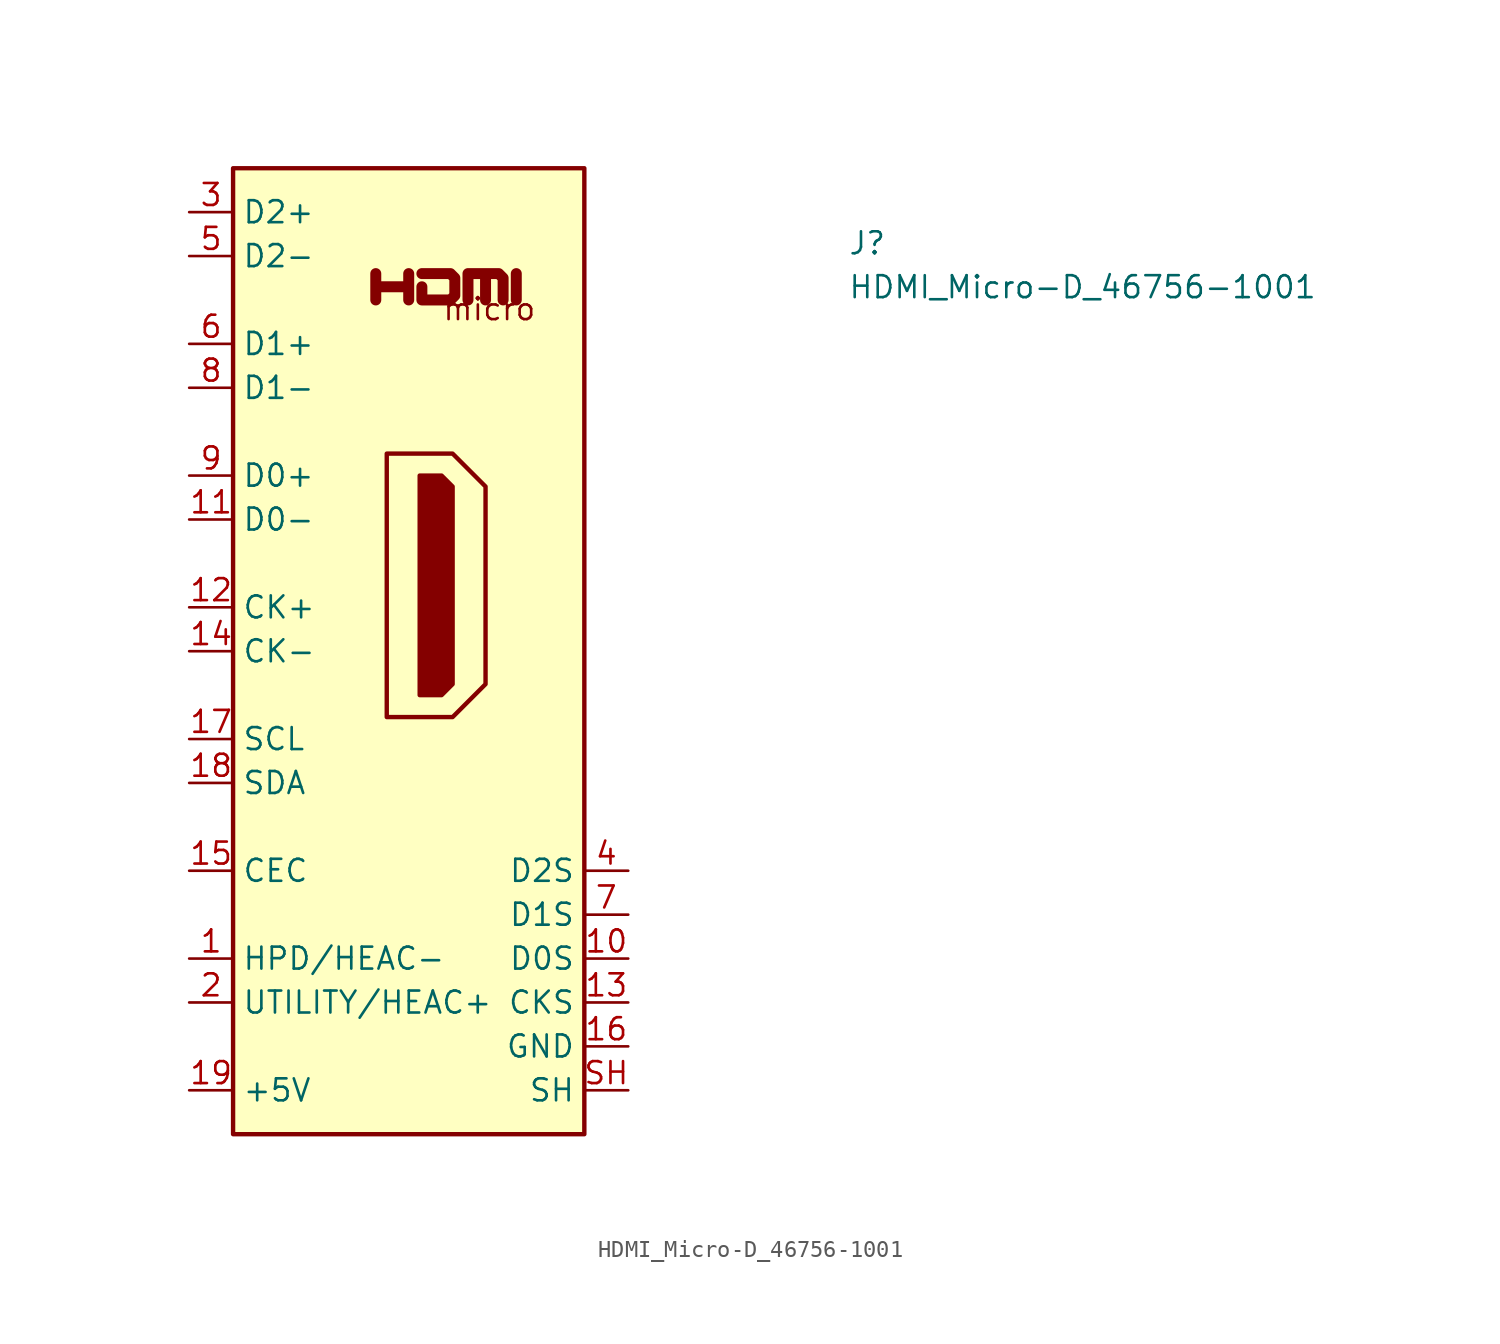
<source format=kicad_sym>
(kicad_symbol_lib
  (version 20211014)
  (generator kicad_symbol_editor)
  (symbol "HDMI_Micro-D_46756-1001"
    (property "Reference" "J"
      (at 38.1 -2.54 0)
      (effects (font (size 1.27 1.27) (thickness 0.15)) (justify left bottom)))
    (property "Value" "HDMI_Micro-D_46756-1001"
      (at 38.1 -5.08 0)
      (effects (font (size 1.27 1.27) (thickness 0.15)) (justify left bottom)))
    (symbol "HDMI_Micro-D_46756-1001_0_0"
      (polyline (pts (xy 18.923 -5.08) (xy 18.923 -3.556)) (stroke (width 0.635) (type default) (color 0 0 0 0)) (fill (type none)))
      (polyline (pts (xy 10.795 -5.08) (xy 10.795 -3.556) (xy 10.795 -4.318) (xy 12.7 -4.318) (xy 12.7 -3.556) (xy 12.7 -5.08)) (stroke (width 0.635) (type default) (color 0 0 0 0)) (fill (type none)))
      (polyline (pts (xy 13.462 -3.556) (xy 15.113 -3.556) (xy 15.367 -3.81) (xy 15.367 -4.826) (xy 15.113 -5.08) (xy 13.462 -5.08) (xy 13.462 -4.318)) (stroke (width 0.635) (type default) (color 0 0 0 0)) (fill (type none)))
      (text "micro" (at 14.605 -6.35 0) (effects (font (size 1.27 1.27) (thickness 0.15)) (justify left bottom))))
    (symbol "HDMI_Micro-D_46756-1001_0_1"
      (polyline (pts (xy 16.129 -5.08) (xy 16.129 -3.556) (xy 17.145 -3.556) (xy 17.145 -5.08) (xy 17.145 -3.556) (xy 17.907 -3.556) (xy 18.161 -3.81) (xy 18.161 -5.08)) (stroke (width 0.635) (type default) (color 0 0 0 0)) (fill (type none))))
    (symbol "HDMI_Micro-D_46756-1001_1_1"
      (polyline (pts (xy 11.43 -13.97) (xy 15.24 -13.97) (xy 17.145 -15.875) (xy 17.145 -27.305) (xy 15.24 -29.21) (xy 11.43 -29.21) (xy 11.43 -13.97)) (stroke (width 0.254) (type default) (color 0 0 0 0)) (fill (type background)))
      (polyline (pts (xy 13.335 -15.24) (xy 14.605 -15.24) (xy 15.24 -15.875) (xy 15.24 -27.305) (xy 14.605 -27.94) (xy 13.335 -27.94) (xy 13.335 -15.24)) (stroke (width 0.254) (type default) (color 0 0 0 0)) (fill (type outline)))
      (rectangle (start 2.54 2.54) (end 22.86 -53.34) (stroke (width 0.254) (type default) (color 0 0 0 0)) (fill (type background)))
      (pin passive line (at 0 -43.18 0) (length 2.54) (name "HPD/HEAC-" (effects (font (size 1.27 1.27)))) (number "1" (effects (font (size 1.27 1.27)))) (alternate "HEAC-" passive line) (alternate "HPD" passive line))
      (pin power_in line (at 25.4 -43.18 180) (length 2.54) (name "D0S" (effects (font (size 1.27 1.27)))) (number "10" (effects (font (size 1.27 1.27)))))
      (pin passive line (at 0 -17.78 0) (length 2.54) (name "D0-" (effects (font (size 1.27 1.27)))) (number "11" (effects (font (size 1.27 1.27)))))
      (pin passive line (at 0 -22.86 0) (length 2.54) (name "CK+" (effects (font (size 1.27 1.27)))) (number "12" (effects (font (size 1.27 1.27)))))
      (pin power_in line (at 25.4 -45.72 180) (length 2.54) (name "CKS" (effects (font (size 1.27 1.27)))) (number "13" (effects (font (size 1.27 1.27)))))
      (pin passive line (at 0 -25.4 0) (length 2.54) (name "CK-" (effects (font (size 1.27 1.27)))) (number "14" (effects (font (size 1.27 1.27)))))
      (pin bidirectional line (at 0 -38.1 0) (length 2.54) (name "CEC" (effects (font (size 1.27 1.27)))) (number "15" (effects (font (size 1.27 1.27)))))
      (pin power_in line (at 25.4 -48.26 180) (length 2.54) (name "GND" (effects (font (size 1.27 1.27)))) (number "16" (effects (font (size 1.27 1.27)))))
      (pin passive line (at 0 -30.48 0) (length 2.54) (name "SCL" (effects (font (size 1.27 1.27)))) (number "17" (effects (font (size 1.27 1.27)))))
      (pin bidirectional line (at 0 -33.02 0) (length 2.54) (name "SDA" (effects (font (size 1.27 1.27)))) (number "18" (effects (font (size 1.27 1.27)))))
      (pin power_in line (at 0 -50.8 0) (length 2.54) (name "+5V" (effects (font (size 1.27 1.27)))) (number "19" (effects (font (size 1.27 1.27)))))
      (pin passive line (at 0 -45.72 0) (length 2.54) (name "UTILITY/HEAC+" (effects (font (size 1.27 1.27)))) (number "2" (effects (font (size 1.27 1.27)))) (alternate "HEAC+" passive line) (alternate "UTILITY" passive line))
      (pin passive line (at 0 0 0) (length 2.54) (name "D2+" (effects (font (size 1.27 1.27)))) (number "3" (effects (font (size 1.27 1.27)))))
      (pin power_in line (at 25.4 -38.1 180) (length 2.54) (name "D2S" (effects (font (size 1.27 1.27)))) (number "4" (effects (font (size 1.27 1.27)))))
      (pin passive line (at 0 -2.54 0) (length 2.54) (name "D2-" (effects (font (size 1.27 1.27)))) (number "5" (effects (font (size 1.27 1.27)))))
      (pin passive line (at 0 -7.62 0) (length 2.54) (name "D1+" (effects (font (size 1.27 1.27)))) (number "6" (effects (font (size 1.27 1.27)))))
      (pin power_in line (at 25.4 -40.64 180) (length 2.54) (name "D1S" (effects (font (size 1.27 1.27)))) (number "7" (effects (font (size 1.27 1.27)))))
      (pin passive line (at 0 -10.16 0) (length 2.54) (name "D1-" (effects (font (size 1.27 1.27)))) (number "8" (effects (font (size 1.27 1.27)))))
      (pin passive line (at 0 -15.24 0) (length 2.54) (name "D0+" (effects (font (size 1.27 1.27)))) (number "9" (effects (font (size 1.27 1.27)))))
      (pin passive line (at 25.4 -50.8 180) (length 2.54) (name "SH" (effects (font (size 1.27 1.27)))) (number "SH" (effects (font (size 1.27 1.27))))))))
</source>
